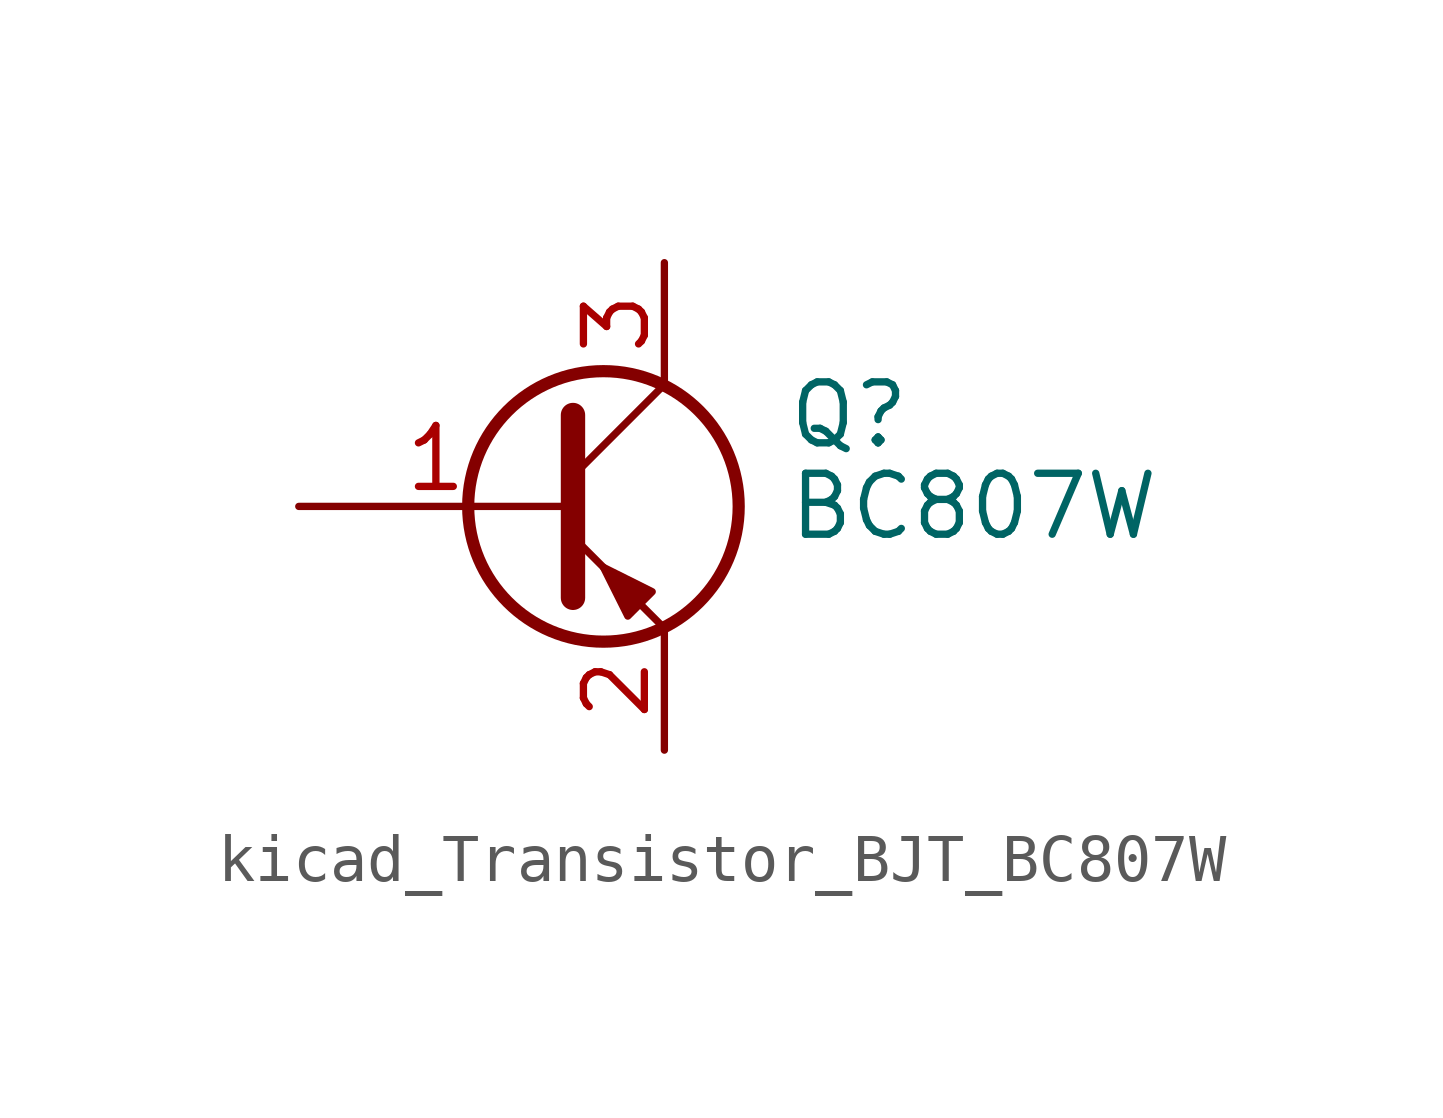
<source format=kicad_sym>
(kicad_symbol_lib
  (version 20220914)
  (generator kicad_symbol_editor)
  (symbol "kicad_Transistor_BJT_BC807W"
    (pin_names
      (offset 0) hide)
    (property "Reference" "Q"
      (at 5.08 1.905 0)
      (effects (font (size 1.27 1.27)) (justify left)))
    (property "Value" "BC807W"
      (at 5.08 0 0)
      (effects (font (size 1.27 1.27)) (justify left)))
    (symbol "kicad_Transistor_BJT_BC807W_0_1"
      (polyline (pts (xy 0.635 0.635) (xy 2.54 2.54)) (stroke (width 0) (type default)) (fill (type none)))
      (polyline (pts (xy 0.635 -0.635) (xy 2.54 -2.54) (xy 2.54 -2.54)) (stroke (width 0) (type default)) (fill (type none)))
      (polyline (pts (xy 0.635 1.905) (xy 0.635 -1.905) (xy 0.635 -1.905)) (stroke (width 0.508) (type default)) (fill (type none)))
      (polyline (pts (xy 2.286 -1.778) (xy 1.778 -2.286) (xy 1.27 -1.27) (xy 2.286 -1.778) (xy 2.286 -1.778)) (stroke (width 0) (type default)) (fill (type outline)))
      (circle (center 1.27 0) (radius 2.819) (stroke (width 0.254) (type default)) (fill (type none))))
    (symbol "kicad_Transistor_BJT_BC807W_1_1"
      (pin input line (at -5.08 0 0) (length 5.715) (name "B" (effects (font (size 1.27 1.27)))) (number "1" (effects (font (size 1.27 1.27)))))
      (pin passive line (at 2.54 -5.08 90) (length 2.54) (name "E" (effects (font (size 1.27 1.27)))) (number "2" (effects (font (size 1.27 1.27)))))
      (pin passive line (at 2.54 5.08 270) (length 2.54) (name "C" (effects (font (size 1.27 1.27)))) (number "3" (effects (font (size 1.27 1.27))))))))
</source>
